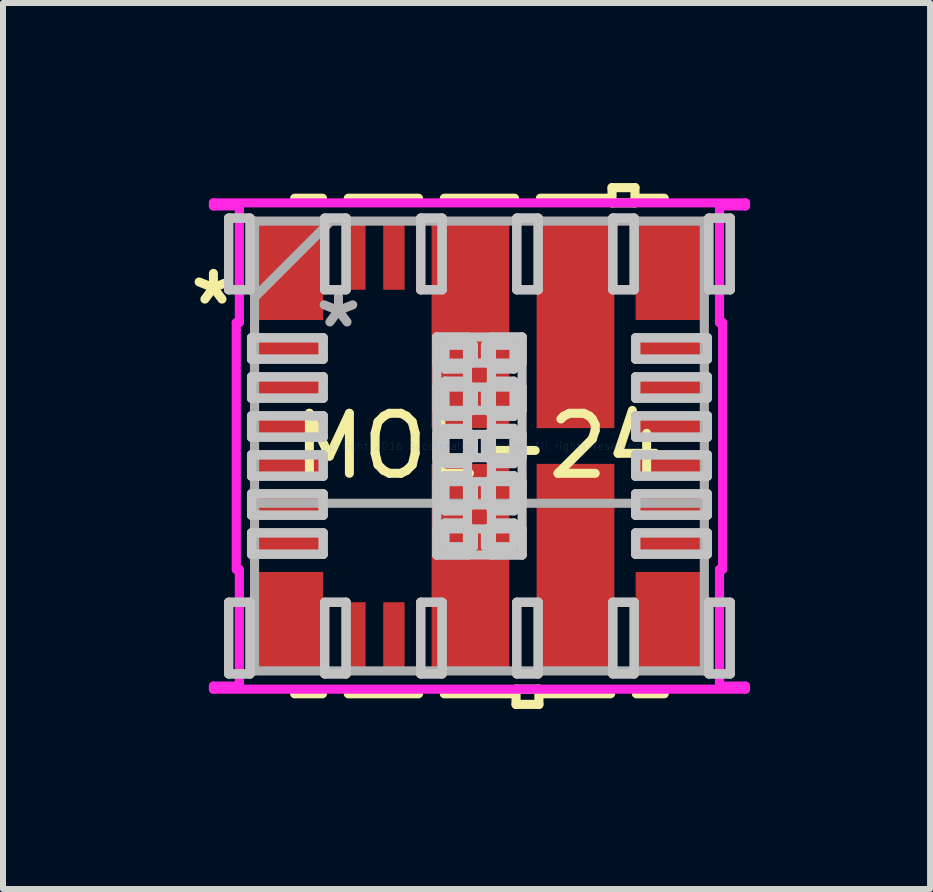
<source format=kicad_pcb>
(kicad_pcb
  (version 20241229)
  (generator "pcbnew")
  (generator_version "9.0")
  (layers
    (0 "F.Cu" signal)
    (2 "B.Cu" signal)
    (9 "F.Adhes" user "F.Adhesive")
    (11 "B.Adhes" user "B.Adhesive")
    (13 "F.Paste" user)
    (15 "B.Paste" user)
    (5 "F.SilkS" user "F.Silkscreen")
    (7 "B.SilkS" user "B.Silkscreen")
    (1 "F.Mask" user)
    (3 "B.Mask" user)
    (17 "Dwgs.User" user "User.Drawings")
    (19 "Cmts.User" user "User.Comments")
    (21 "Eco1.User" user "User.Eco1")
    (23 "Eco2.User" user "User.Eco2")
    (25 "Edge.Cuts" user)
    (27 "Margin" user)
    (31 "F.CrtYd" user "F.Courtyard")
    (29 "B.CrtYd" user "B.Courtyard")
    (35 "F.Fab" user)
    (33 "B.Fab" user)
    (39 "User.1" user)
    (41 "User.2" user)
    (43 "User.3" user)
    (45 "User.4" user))
  (footprint "MOL-24"
    (layer "F.Cu")
    (at 4.938 4.381)
    (property "Reference" "MOL-24" (at 0 0 0) (layer "F.SilkS") (effects (font (size 1 1) (thickness 0.15))))
    (attr through_hole)
    (fp_line (start -3.079 4.128) (end -2.615 4.128) (stroke (width 0.152) (type solid)) (layer "F.SilkS"))
    (fp_line (start -2.615 -4.128) (end -3.079 -4.128) (stroke (width 0.152) (type solid)) (layer "F.SilkS"))
    (fp_line (start -2.185 4.128) (end -1.015 4.128) (stroke (width 0.152) (type solid)) (layer "F.SilkS"))
    (fp_line (start -1.015 -4.128) (end -2.185 -4.128) (stroke (width 0.152) (type solid)) (layer "F.SilkS"))
    (fp_line (start -0.585 4.128) (end 0.585 4.128) (stroke (width 0.152) (type solid)) (layer "F.SilkS"))
    (fp_line (start 0.585 -4.128) (end -0.585 -4.128) (stroke (width 0.152) (type solid)) (layer "F.SilkS"))
    (fp_line (start 0.61 4.051) (end 0.61 4.305) (stroke (width 0.152) (type solid)) (layer "F.SilkS"))
    (fp_line (start 0.61 4.305) (end 0.991 4.305) (stroke (width 0.152) (type solid)) (layer "F.SilkS"))
    (fp_line (start 0.991 4.051) (end 0.61 4.051) (stroke (width 0.152) (type solid)) (layer "F.SilkS"))
    (fp_line (start 0.991 4.305) (end 0.991 4.051) (stroke (width 0.152) (type solid)) (layer "F.SilkS"))
    (fp_line (start 1.015 4.128) (end 2.185 4.128) (stroke (width 0.152) (type solid)) (layer "F.SilkS"))
    (fp_line (start 2.185 -4.128) (end 1.015 -4.128) (stroke (width 0.152) (type solid)) (layer "F.SilkS"))
    (fp_line (start 2.209 -4.305) (end 2.591 -4.305) (stroke (width 0.152) (type solid)) (layer "F.SilkS"))
    (fp_line (start 2.209 -4.051) (end 2.209 -4.305) (stroke (width 0.152) (type solid)) (layer "F.SilkS"))
    (fp_line (start 2.591 -4.305) (end 2.591 -4.051) (stroke (width 0.152) (type solid)) (layer "F.SilkS"))
    (fp_line (start 2.591 -4.051) (end 2.209 -4.051) (stroke (width 0.152) (type solid)) (layer "F.SilkS"))
    (fp_line (start 2.615 4.128) (end 3.079 4.128) (stroke (width 0.152) (type solid)) (layer "F.SilkS"))
    (fp_line (start 3.079 -4.128) (end 2.615 -4.128) (stroke (width 0.152) (type solid)) (layer "F.SilkS"))
    (fp_line (start -4.178 -3.797) (end -4.178 -2.603) (stroke (width 0.152) (type solid)) (layer "Dwgs.User"))
    (fp_line (start -4.178 -3.797) (end -4.178 -2.603) (stroke (width 0.152) (type solid)) (layer "Dwgs.User"))
    (fp_line (start -4.178 -2.603) (end -3.822 -2.603) (stroke (width 0.152) (type solid)) (layer "Dwgs.User"))
    (fp_line (start -4.178 -2.603) (end -3.822 -2.603) (stroke (width 0.152) (type solid)) (layer "Dwgs.User"))
    (fp_line (start -4.178 2.603) (end -4.178 3.797) (stroke (width 0.152) (type solid)) (layer "Dwgs.User"))
    (fp_line (start -4.178 2.603) (end -4.178 3.797) (stroke (width 0.152) (type solid)) (layer "Dwgs.User"))
    (fp_line (start -4.178 3.797) (end -3.822 3.797) (stroke (width 0.152) (type solid)) (layer "Dwgs.User"))
    (fp_line (start -4.178 3.797) (end -3.822 3.797) (stroke (width 0.152) (type solid)) (layer "Dwgs.User"))
    (fp_line (start -3.822 -3.797) (end -4.178 -3.797) (stroke (width 0.152) (type solid)) (layer "Dwgs.User"))
    (fp_line (start -3.822 -3.797) (end -4.178 -3.797) (stroke (width 0.152) (type solid)) (layer "Dwgs.User"))
    (fp_line (start -3.822 -2.603) (end -3.822 -3.797) (stroke (width 0.152) (type solid)) (layer "Dwgs.User"))
    (fp_line (start -3.822 -2.603) (end -3.822 -3.797) (stroke (width 0.152) (type solid)) (layer "Dwgs.User"))
    (fp_line (start -3.822 2.603) (end -4.178 2.603) (stroke (width 0.152) (type solid)) (layer "Dwgs.User"))
    (fp_line (start -3.822 2.603) (end -4.178 2.603) (stroke (width 0.152) (type solid)) (layer "Dwgs.User"))
    (fp_line (start -3.822 3.797) (end -3.822 2.603) (stroke (width 0.152) (type solid)) (layer "Dwgs.User"))
    (fp_line (start -3.822 3.797) (end -3.822 2.603) (stroke (width 0.152) (type solid)) (layer "Dwgs.User"))
    (fp_line (start -3.797 -1.803) (end -3.797 -1.447) (stroke (width 0.152) (type solid)) (layer "Dwgs.User"))
    (fp_line (start -3.797 -1.803) (end -3.797 -1.447) (stroke (width 0.152) (type solid)) (layer "Dwgs.User"))
    (fp_line (start -3.797 -1.447) (end -2.603 -1.447) (stroke (width 0.152) (type solid)) (layer "Dwgs.User"))
    (fp_line (start -3.797 -1.447) (end -2.603 -1.447) (stroke (width 0.152) (type solid)) (layer "Dwgs.User"))
    (fp_line (start -3.797 -1.153) (end -3.797 -0.797) (stroke (width 0.152) (type solid)) (layer "Dwgs.User"))
    (fp_line (start -3.797 -1.153) (end -3.797 -0.797) (stroke (width 0.152) (type solid)) (layer "Dwgs.User"))
    (fp_line (start -3.797 -0.797) (end -2.603 -0.797) (stroke (width 0.152) (type solid)) (layer "Dwgs.User"))
    (fp_line (start -3.797 -0.797) (end -2.603 -0.797) (stroke (width 0.152) (type solid)) (layer "Dwgs.User"))
    (fp_line (start -3.797 -0.503) (end -3.797 -0.147) (stroke (width 0.152) (type solid)) (layer "Dwgs.User"))
    (fp_line (start -3.797 -0.503) (end -3.797 -0.147) (stroke (width 0.152) (type solid)) (layer "Dwgs.User"))
    (fp_line (start -3.797 -0.147) (end -2.603 -0.147) (stroke (width 0.152) (type solid)) (layer "Dwgs.User"))
    (fp_line (start -3.797 -0.147) (end -2.603 -0.147) (stroke (width 0.152) (type solid)) (layer "Dwgs.User"))
    (fp_line (start -3.797 0.147) (end -3.797 0.503) (stroke (width 0.152) (type solid)) (layer "Dwgs.User"))
    (fp_line (start -3.797 0.147) (end -3.797 0.503) (stroke (width 0.152) (type solid)) (layer "Dwgs.User"))
    (fp_line (start -3.797 0.503) (end -2.603 0.503) (stroke (width 0.152) (type solid)) (layer "Dwgs.User"))
    (fp_line (start -3.797 0.503) (end -2.603 0.503) (stroke (width 0.152) (type solid)) (layer "Dwgs.User"))
    (fp_line (start -3.797 0.797) (end -3.797 1.153) (stroke (width 0.152) (type solid)) (layer "Dwgs.User"))
    (fp_line (start -3.797 0.797) (end -3.797 1.153) (stroke (width 0.152) (type solid)) (layer "Dwgs.User"))
    (fp_line (start -3.797 1.153) (end -2.603 1.153) (stroke (width 0.152) (type solid)) (layer "Dwgs.User"))
    (fp_line (start -3.797 1.153) (end -2.603 1.153) (stroke (width 0.152) (type solid)) (layer "Dwgs.User"))
    (fp_line (start -3.797 1.447) (end -3.797 1.803) (stroke (width 0.152) (type solid)) (layer "Dwgs.User"))
    (fp_line (start -3.797 1.447) (end -3.797 1.803) (stroke (width 0.152) (type solid)) (layer "Dwgs.User"))
    (fp_line (start -3.797 1.803) (end -2.603 1.803) (stroke (width 0.152) (type solid)) (layer "Dwgs.User"))
    (fp_line (start -3.797 1.803) (end -2.603 1.803) (stroke (width 0.152) (type solid)) (layer "Dwgs.User"))
    (fp_line (start -2.603 -1.803) (end -3.797 -1.803) (stroke (width 0.152) (type solid)) (layer "Dwgs.User"))
    (fp_line (start -2.603 -1.803) (end -3.797 -1.803) (stroke (width 0.152) (type solid)) (layer "Dwgs.User"))
    (fp_line (start -2.603 -1.447) (end -2.603 -1.803) (stroke (width 0.152) (type solid)) (layer "Dwgs.User"))
    (fp_line (start -2.603 -1.447) (end -2.603 -1.803) (stroke (width 0.152) (type solid)) (layer "Dwgs.User"))
    (fp_line (start -2.603 -1.153) (end -3.797 -1.153) (stroke (width 0.152) (type solid)) (layer "Dwgs.User"))
    (fp_line (start -2.603 -1.153) (end -3.797 -1.153) (stroke (width 0.152) (type solid)) (layer "Dwgs.User"))
    (fp_line (start -2.603 -0.797) (end -2.603 -1.153) (stroke (width 0.152) (type solid)) (layer "Dwgs.User"))
    (fp_line (start -2.603 -0.797) (end -2.603 -1.153) (stroke (width 0.152) (type solid)) (layer "Dwgs.User"))
    (fp_line (start -2.603 -0.503) (end -3.797 -0.503) (stroke (width 0.152) (type solid)) (layer "Dwgs.User"))
    (fp_line (start -2.603 -0.503) (end -3.797 -0.503) (stroke (width 0.152) (type solid)) (layer "Dwgs.User"))
    (fp_line (start -2.603 -0.147) (end -2.603 -0.503) (stroke (width 0.152) (type solid)) (layer "Dwgs.User"))
    (fp_line (start -2.603 -0.147) (end -2.603 -0.503) (stroke (width 0.152) (type solid)) (layer "Dwgs.User"))
    (fp_line (start -2.603 0.147) (end -3.797 0.147) (stroke (width 0.152) (type solid)) (layer "Dwgs.User"))
    (fp_line (start -2.603 0.147) (end -3.797 0.147) (stroke (width 0.152) (type solid)) (layer "Dwgs.User"))
    (fp_line (start -2.603 0.503) (end -2.603 0.147) (stroke (width 0.152) (type solid)) (layer "Dwgs.User"))
    (fp_line (start -2.603 0.503) (end -2.603 0.147) (stroke (width 0.152) (type solid)) (layer "Dwgs.User"))
    (fp_line (start -2.603 0.797) (end -3.797 0.797) (stroke (width 0.152) (type solid)) (layer "Dwgs.User"))
    (fp_line (start -2.603 0.797) (end -3.797 0.797) (stroke (width 0.152) (type solid)) (layer "Dwgs.User"))
    (fp_line (start -2.603 1.153) (end -2.603 0.797) (stroke (width 0.152) (type solid)) (layer "Dwgs.User"))
    (fp_line (start -2.603 1.153) (end -2.603 0.797) (stroke (width 0.152) (type solid)) (layer "Dwgs.User"))
    (fp_line (start -2.603 1.447) (end -3.797 1.447) (stroke (width 0.152) (type solid)) (layer "Dwgs.User"))
    (fp_line (start -2.603 1.447) (end -3.797 1.447) (stroke (width 0.152) (type solid)) (layer "Dwgs.User"))
    (fp_line (start -2.603 1.803) (end -2.603 1.447) (stroke (width 0.152) (type solid)) (layer "Dwgs.User"))
    (fp_line (start -2.603 1.803) (end -2.603 1.447) (stroke (width 0.152) (type solid)) (layer "Dwgs.User"))
    (fp_line (start -2.578 -3.797) (end -2.578 -2.603) (stroke (width 0.152) (type solid)) (layer "Dwgs.User"))
    (fp_line (start -2.578 -3.797) (end -2.578 -2.603) (stroke (width 0.152) (type solid)) (layer "Dwgs.User"))
    (fp_line (start -2.578 -2.603) (end -2.222 -2.603) (stroke (width 0.152) (type solid)) (layer "Dwgs.User"))
    (fp_line (start -2.578 -2.603) (end -2.222 -2.603) (stroke (width 0.152) (type solid)) (layer "Dwgs.User"))
    (fp_line (start -2.578 2.603) (end -2.578 3.797) (stroke (width 0.152) (type solid)) (layer "Dwgs.User"))
    (fp_line (start -2.578 2.603) (end -2.578 3.797) (stroke (width 0.152) (type solid)) (layer "Dwgs.User"))
    (fp_line (start -2.578 3.797) (end -2.222 3.797) (stroke (width 0.152) (type solid)) (layer "Dwgs.User"))
    (fp_line (start -2.578 3.797) (end -2.222 3.797) (stroke (width 0.152) (type solid)) (layer "Dwgs.User"))
    (fp_line (start -2.222 -3.797) (end -2.578 -3.797) (stroke (width 0.152) (type solid)) (layer "Dwgs.User"))
    (fp_line (start -2.222 -3.797) (end -2.578 -3.797) (stroke (width 0.152) (type solid)) (layer "Dwgs.User"))
    (fp_line (start -2.222 -2.603) (end -2.222 -3.797) (stroke (width 0.152) (type solid)) (layer "Dwgs.User"))
    (fp_line (start -2.222 -2.603) (end -2.222 -3.797) (stroke (width 0.152) (type solid)) (layer "Dwgs.User"))
    (fp_line (start -2.222 2.603) (end -2.578 2.603) (stroke (width 0.152) (type solid)) (layer "Dwgs.User"))
    (fp_line (start -2.222 2.603) (end -2.578 2.603) (stroke (width 0.152) (type solid)) (layer "Dwgs.User"))
    (fp_line (start -2.222 3.797) (end -2.222 2.603) (stroke (width 0.152) (type solid)) (layer "Dwgs.User"))
    (fp_line (start -2.222 3.797) (end -2.222 2.603) (stroke (width 0.152) (type solid)) (layer "Dwgs.User"))
    (fp_line (start -0.978 -3.797) (end -0.978 -2.603) (stroke (width 0.152) (type solid)) (layer "Dwgs.User"))
    (fp_line (start -0.978 -3.797) (end -0.978 -2.603) (stroke (width 0.152) (type solid)) (layer "Dwgs.User"))
    (fp_line (start -0.978 -2.603) (end -0.622 -2.603) (stroke (width 0.152) (type solid)) (layer "Dwgs.User"))
    (fp_line (start -0.978 -2.603) (end -0.622 -2.603) (stroke (width 0.152) (type solid)) (layer "Dwgs.User"))
    (fp_line (start -0.978 2.603) (end -0.978 3.797) (stroke (width 0.152) (type solid)) (layer "Dwgs.User"))
    (fp_line (start -0.978 2.603) (end -0.978 3.797) (stroke (width 0.152) (type solid)) (layer "Dwgs.User"))
    (fp_line (start -0.978 3.797) (end -0.622 3.797) (stroke (width 0.152) (type solid)) (layer "Dwgs.User"))
    (fp_line (start -0.978 3.797) (end -0.622 3.797) (stroke (width 0.152) (type solid)) (layer "Dwgs.User"))
    (fp_line (start -0.711 -1.816) (end -0.2 -1.816) (stroke (width 0.152) (type solid)) (layer "Dwgs.User"))
    (fp_line (start -0.711 -1.816) (end 0.711 -1.816) (stroke (width 0.152) (type solid)) (layer "Dwgs.User"))
    (fp_line (start -0.711 -1.381) (end -0.711 -1.816) (stroke (width 0.152) (type solid)) (layer "Dwgs.User"))
    (fp_line (start -0.711 -0.981) (end 0.711 -0.981) (stroke (width 0.152) (type solid)) (layer "Dwgs.User"))
    (fp_line (start -0.711 -0.594) (end -0.711 -0.981) (stroke (width 0.152) (type solid)) (layer "Dwgs.User"))
    (fp_line (start -0.711 -0.194) (end 0.711 -0.194) (stroke (width 0.152) (type solid)) (layer "Dwgs.User"))
    (fp_line (start -0.711 0.194) (end -0.711 -0.194) (stroke (width 0.152) (type solid)) (layer "Dwgs.User"))
    (fp_line (start -0.711 0.594) (end 0.711 0.594) (stroke (width 0.152) (type solid)) (layer "Dwgs.User"))
    (fp_line (start -0.711 0.981) (end -0.711 0.594) (stroke (width 0.152) (type solid)) (layer "Dwgs.User"))
    (fp_line (start -0.711 1.381) (end 0.711 1.381) (stroke (width 0.152) (type solid)) (layer "Dwgs.User"))
    (fp_line (start -0.711 1.816) (end -0.711 -1.816) (stroke (width 0.152) (type solid)) (layer "Dwgs.User"))
    (fp_line (start -0.711 1.816) (end -0.711 1.381) (stroke (width 0.152) (type solid)) (layer "Dwgs.User"))
    (fp_line (start -0.622 -3.797) (end -0.978 -3.797) (stroke (width 0.152) (type solid)) (layer "Dwgs.User"))
    (fp_line (start -0.622 -3.797) (end -0.978 -3.797) (stroke (width 0.152) (type solid)) (layer "Dwgs.User"))
    (fp_line (start -0.622 -2.603) (end -0.622 -3.797) (stroke (width 0.152) (type solid)) (layer "Dwgs.User"))
    (fp_line (start -0.622 -2.603) (end -0.622 -3.797) (stroke (width 0.152) (type solid)) (layer "Dwgs.User"))
    (fp_line (start -0.622 2.603) (end -0.978 2.603) (stroke (width 0.152) (type solid)) (layer "Dwgs.User"))
    (fp_line (start -0.622 2.603) (end -0.978 2.603) (stroke (width 0.152) (type solid)) (layer "Dwgs.User"))
    (fp_line (start -0.622 3.797) (end -0.622 2.603) (stroke (width 0.152) (type solid)) (layer "Dwgs.User"))
    (fp_line (start -0.622 3.797) (end -0.622 2.603) (stroke (width 0.152) (type solid)) (layer "Dwgs.User"))
    (fp_line (start -0.573 -1.678) (end -0.573 -1.281) (stroke (width 0.152) (type solid)) (layer "Dwgs.User"))
    (fp_line (start -0.573 -1.281) (end -0.241 -1.281) (stroke (width 0.152) (type solid)) (layer "Dwgs.User"))
    (fp_line (start -0.573 -1.081) (end -0.573 -0.494) (stroke (width 0.152) (type solid)) (layer "Dwgs.User"))
    (fp_line (start -0.573 -0.494) (end -0.241 -0.494) (stroke (width 0.152) (type solid)) (layer "Dwgs.User"))
    (fp_line (start -0.573 -0.294) (end -0.573 0.294) (stroke (width 0.152) (type solid)) (layer "Dwgs.User"))
    (fp_line (start -0.573 0.294) (end -0.241 0.294) (stroke (width 0.152) (type solid)) (layer "Dwgs.User"))
    (fp_line (start -0.573 0.494) (end -0.573 1.081) (stroke (width 0.152) (type solid)) (layer "Dwgs.User"))
    (fp_line (start -0.573 1.081) (end -0.241 1.081) (stroke (width 0.152) (type solid)) (layer "Dwgs.User"))
    (fp_line (start -0.573 1.281) (end -0.573 1.678) (stroke (width 0.152) (type solid)) (layer "Dwgs.User"))
    (fp_line (start -0.573 1.678) (end -0.1 1.678) (stroke (width 0.152) (type solid)) (layer "Dwgs.User"))
    (fp_line (start -0.241 -1.281) (end -0.241 -1.281) (stroke (width 0.152) (type solid)) (layer "Dwgs.User"))
    (fp_line (start -0.241 -1.281) (end -0.1 -1.423) (stroke (width 0.152) (type solid)) (layer "Dwgs.User"))
    (fp_line (start -0.241 -1.081) (end -0.573 -1.081) (stroke (width 0.152) (type solid)) (layer "Dwgs.User"))
    (fp_line (start -0.241 -1.081) (end -0.241 -1.081) (stroke (width 0.152) (type solid)) (layer "Dwgs.User"))
    (fp_line (start -0.241 -0.494) (end -0.241 -0.494) (stroke (width 0.152) (type solid)) (layer "Dwgs.User"))
    (fp_line (start -0.241 -0.494) (end -0.1 -0.635) (stroke (width 0.152) (type solid)) (layer "Dwgs.User"))
    (fp_line (start -0.241 -0.294) (end -0.573 -0.294) (stroke (width 0.152) (type solid)) (layer "Dwgs.User"))
    (fp_line (start -0.241 -0.294) (end -0.241 -0.294) (stroke (width 0.152) (type solid)) (layer "Dwgs.User"))
    (fp_line (start -0.241 0.294) (end -0.241 0.294) (stroke (width 0.152) (type solid)) (layer "Dwgs.User"))
    (fp_line (start -0.241 0.294) (end -0.1 0.152) (stroke (width 0.152) (type solid)) (layer "Dwgs.User"))
    (fp_line (start -0.241 0.494) (end -0.573 0.494) (stroke (width 0.152) (type solid)) (layer "Dwgs.User"))
    (fp_line (start -0.241 0.494) (end -0.241 0.494) (stroke (width 0.152) (type solid)) (layer "Dwgs.User"))
    (fp_line (start -0.241 1.081) (end -0.241 1.081) (stroke (width 0.152) (type solid)) (layer "Dwgs.User"))
    (fp_line (start -0.241 1.081) (end -0.1 0.94) (stroke (width 0.152) (type solid)) (layer "Dwgs.User"))
    (fp_line (start -0.241 1.281) (end -0.573 1.281) (stroke (width 0.152) (type solid)) (layer "Dwgs.User"))
    (fp_line (start -0.241 1.281) (end -0.241 1.281) (stroke (width 0.152) (type solid)) (layer "Dwgs.User"))
    (fp_line (start -0.2 -1.816) (end -0.2 1.816) (stroke (width 0.152) (type solid)) (layer "Dwgs.User"))
    (fp_line (start -0.2 1.816) (end -0.711 1.816) (stroke (width 0.152) (type solid)) (layer "Dwgs.User"))
    (fp_line (start -0.1 -1.678) (end -0.573 -1.678) (stroke (width 0.152) (type solid)) (layer "Dwgs.User"))
    (fp_line (start -0.1 -1.423) (end -0.1 -1.678) (stroke (width 0.152) (type solid)) (layer "Dwgs.User"))
    (fp_line (start -0.1 -1.423) (end -0.1 -1.423) (stroke (width 0.152) (type solid)) (layer "Dwgs.User"))
    (fp_line (start -0.1 -0.94) (end -0.241 -1.081) (stroke (width 0.152) (type solid)) (layer "Dwgs.User"))
    (fp_line (start -0.1 -0.94) (end -0.1 -0.94) (stroke (width 0.152) (type solid)) (layer "Dwgs.User"))
    (fp_line (start -0.1 -0.635) (end -0.1 -0.94) (stroke (width 0.152) (type solid)) (layer "Dwgs.User"))
    (fp_line (start -0.1 -0.635) (end -0.1 -0.635) (stroke (width 0.152) (type solid)) (layer "Dwgs.User"))
    (fp_line (start -0.1 -0.152) (end -0.241 -0.294) (stroke (width 0.152) (type solid)) (layer "Dwgs.User"))
    (fp_line (start -0.1 -0.152) (end -0.1 -0.152) (stroke (width 0.152) (type solid)) (layer "Dwgs.User"))
    (fp_line (start -0.1 0.152) (end -0.1 -0.152) (stroke (width 0.152) (type solid)) (layer "Dwgs.User"))
    (fp_line (start -0.1 0.152) (end -0.1 0.152) (stroke (width 0.152) (type solid)) (layer "Dwgs.User"))
    (fp_line (start -0.1 0.635) (end -0.241 0.494) (stroke (width 0.152) (type solid)) (layer "Dwgs.User"))
    (fp_line (start -0.1 0.635) (end -0.1 0.635) (stroke (width 0.152) (type solid)) (layer "Dwgs.User"))
    (fp_line (start -0.1 0.94) (end -0.1 0.635) (stroke (width 0.152) (type solid)) (layer "Dwgs.User"))
    (fp_line (start -0.1 0.94) (end -0.1 0.94) (stroke (width 0.152) (type solid)) (layer "Dwgs.User"))
    (fp_line (start -0.1 1.423) (end -0.241 1.281) (stroke (width 0.152) (type solid)) (layer "Dwgs.User"))
    (fp_line (start -0.1 1.423) (end -0.1 1.423) (stroke (width 0.152) (type solid)) (layer "Dwgs.User"))
    (fp_line (start -0.1 1.678) (end -0.1 1.423) (stroke (width 0.152) (type solid)) (layer "Dwgs.User"))
    (fp_line (start 0.1 -1.678) (end 0.1 -1.423) (stroke (width 0.152) (type solid)) (layer "Dwgs.User"))
    (fp_line (start 0.1 -1.423) (end 0.1 -1.423) (stroke (width 0.152) (type solid)) (layer "Dwgs.User"))
    (fp_line (start 0.1 -1.423) (end 0.241 -1.281) (stroke (width 0.152) (type solid)) (layer "Dwgs.User"))
    (fp_line (start 0.1 -0.94) (end 0.1 -0.94) (stroke (width 0.152) (type solid)) (layer "Dwgs.User"))
    (fp_line (start 0.1 -0.94) (end 0.1 -0.635) (stroke (width 0.152) (type solid)) (layer "Dwgs.User"))
    (fp_line (start 0.1 -0.635) (end 0.1 -0.635) (stroke (width 0.152) (type solid)) (layer "Dwgs.User"))
    (fp_line (start 0.1 -0.635) (end 0.241 -0.494) (stroke (width 0.152) (type solid)) (layer "Dwgs.User"))
    (fp_line (start 0.1 -0.152) (end 0.1 -0.152) (stroke (width 0.152) (type solid)) (layer "Dwgs.User"))
    (fp_line (start 0.1 -0.152) (end 0.1 0.152) (stroke (width 0.152) (type solid)) (layer "Dwgs.User"))
    (fp_line (start 0.1 0.152) (end 0.1 0.152) (stroke (width 0.152) (type solid)) (layer "Dwgs.User"))
    (fp_line (start 0.1 0.152) (end 0.241 0.294) (stroke (width 0.152) (type solid)) (layer "Dwgs.User"))
    (fp_line (start 0.1 0.635) (end 0.1 0.635) (stroke (width 0.152) (type solid)) (layer "Dwgs.User"))
    (fp_line (start 0.1 0.635) (end 0.1 0.94) (stroke (width 0.152) (type solid)) (layer "Dwgs.User"))
    (fp_line (start 0.1 0.94) (end 0.1 0.94) (stroke (width 0.152) (type solid)) (layer "Dwgs.User"))
    (fp_line (start 0.1 0.94) (end 0.241 1.081) (stroke (width 0.152) (type solid)) (layer "Dwgs.User"))
    (fp_line (start 0.1 1.423) (end 0.1 1.423) (stroke (width 0.152) (type solid)) (layer "Dwgs.User"))
    (fp_line (start 0.1 1.423) (end 0.1 1.678) (stroke (width 0.152) (type solid)) (layer "Dwgs.User"))
    (fp_line (start 0.1 1.678) (end 0.573 1.678) (stroke (width 0.152) (type solid)) (layer "Dwgs.User"))
    (fp_line (start 0.2 -1.816) (end 0.711 -1.816) (stroke (width 0.152) (type solid)) (layer "Dwgs.User"))
    (fp_line (start 0.2 1.816) (end 0.2 -1.816) (stroke (width 0.152) (type solid)) (layer "Dwgs.User"))
    (fp_line (start 0.241 -1.281) (end 0.241 -1.281) (stroke (width 0.152) (type solid)) (layer "Dwgs.User"))
    (fp_line (start 0.241 -1.281) (end 0.573 -1.281) (stroke (width 0.152) (type solid)) (layer "Dwgs.User"))
    (fp_line (start 0.241 -1.081) (end 0.1 -0.94) (stroke (width 0.152) (type solid)) (layer "Dwgs.User"))
    (fp_line (start 0.241 -1.081) (end 0.241 -1.081) (stroke (width 0.152) (type solid)) (layer "Dwgs.User"))
    (fp_line (start 0.241 -0.494) (end 0.241 -0.494) (stroke (width 0.152) (type solid)) (layer "Dwgs.User"))
    (fp_line (start 0.241 -0.494) (end 0.573 -0.494) (stroke (width 0.152) (type solid)) (layer "Dwgs.User"))
    (fp_line (start 0.241 -0.294) (end 0.1 -0.152) (stroke (width 0.152) (type solid)) (layer "Dwgs.User"))
    (fp_line (start 0.241 -0.294) (end 0.241 -0.294) (stroke (width 0.152) (type solid)) (layer "Dwgs.User"))
    (fp_line (start 0.241 0.294) (end 0.241 0.294) (stroke (width 0.152) (type solid)) (layer "Dwgs.User"))
    (fp_line (start 0.241 0.294) (end 0.573 0.294) (stroke (width 0.152) (type solid)) (layer "Dwgs.User"))
    (fp_line (start 0.241 0.494) (end 0.1 0.635) (stroke (width 0.152) (type solid)) (layer "Dwgs.User"))
    (fp_line (start 0.241 0.494) (end 0.241 0.494) (stroke (width 0.152) (type solid)) (layer "Dwgs.User"))
    (fp_line (start 0.241 1.081) (end 0.241 1.081) (stroke (width 0.152) (type solid)) (layer "Dwgs.User"))
    (fp_line (start 0.241 1.081) (end 0.573 1.081) (stroke (width 0.152) (type solid)) (layer "Dwgs.User"))
    (fp_line (start 0.241 1.281) (end 0.1 1.423) (stroke (width 0.152) (type solid)) (layer "Dwgs.User"))
    (fp_line (start 0.241 1.281) (end 0.241 1.281) (stroke (width 0.152) (type solid)) (layer "Dwgs.User"))
    (fp_line (start 0.573 -1.678) (end 0.1 -1.678) (stroke (width 0.152) (type solid)) (layer "Dwgs.User"))
    (fp_line (start 0.573 -1.281) (end 0.573 -1.678) (stroke (width 0.152) (type solid)) (layer "Dwgs.User"))
    (fp_line (start 0.573 -1.081) (end 0.241 -1.081) (stroke (width 0.152) (type solid)) (layer "Dwgs.User"))
    (fp_line (start 0.573 -0.494) (end 0.573 -1.081) (stroke (width 0.152) (type solid)) (layer "Dwgs.User"))
    (fp_line (start 0.573 -0.294) (end 0.241 -0.294) (stroke (width 0.152) (type solid)) (layer "Dwgs.User"))
    (fp_line (start 0.573 0.294) (end 0.573 -0.294) (stroke (width 0.152) (type solid)) (layer "Dwgs.User"))
    (fp_line (start 0.573 0.494) (end 0.241 0.494) (stroke (width 0.152) (type solid)) (layer "Dwgs.User"))
    (fp_line (start 0.573 1.081) (end 0.573 0.494) (stroke (width 0.152) (type solid)) (layer "Dwgs.User"))
    (fp_line (start 0.573 1.281) (end 0.241 1.281) (stroke (width 0.152) (type solid)) (layer "Dwgs.User"))
    (fp_line (start 0.573 1.678) (end 0.573 1.281) (stroke (width 0.152) (type solid)) (layer "Dwgs.User"))
    (fp_line (start 0.622 -3.797) (end 0.622 -2.603) (stroke (width 0.152) (type solid)) (layer "Dwgs.User"))
    (fp_line (start 0.622 -3.797) (end 0.622 -2.603) (stroke (width 0.152) (type solid)) (layer "Dwgs.User"))
    (fp_line (start 0.622 -2.603) (end 0.978 -2.603) (stroke (width 0.152) (type solid)) (layer "Dwgs.User"))
    (fp_line (start 0.622 -2.603) (end 0.978 -2.603) (stroke (width 0.152) (type solid)) (layer "Dwgs.User"))
    (fp_line (start 0.622 2.603) (end 0.622 3.797) (stroke (width 0.152) (type solid)) (layer "Dwgs.User"))
    (fp_line (start 0.622 2.603) (end 0.622 3.797) (stroke (width 0.152) (type solid)) (layer "Dwgs.User"))
    (fp_line (start 0.622 3.797) (end 0.978 3.797) (stroke (width 0.152) (type solid)) (layer "Dwgs.User"))
    (fp_line (start 0.622 3.797) (end 0.978 3.797) (stroke (width 0.152) (type solid)) (layer "Dwgs.User"))
    (fp_line (start 0.711 -1.816) (end 0.711 -1.381) (stroke (width 0.152) (type solid)) (layer "Dwgs.User"))
    (fp_line (start 0.711 -1.816) (end 0.711 1.816) (stroke (width 0.152) (type solid)) (layer "Dwgs.User"))
    (fp_line (start 0.711 -1.381) (end -0.711 -1.381) (stroke (width 0.152) (type solid)) (layer "Dwgs.User"))
    (fp_line (start 0.711 -0.981) (end 0.711 -0.594) (stroke (width 0.152) (type solid)) (layer "Dwgs.User"))
    (fp_line (start 0.711 -0.594) (end -0.711 -0.594) (stroke (width 0.152) (type solid)) (layer "Dwgs.User"))
    (fp_line (start 0.711 -0.194) (end 0.711 0.194) (stroke (width 0.152) (type solid)) (layer "Dwgs.User"))
    (fp_line (start 0.711 0.194) (end -0.711 0.194) (stroke (width 0.152) (type solid)) (layer "Dwgs.User"))
    (fp_line (start 0.711 0.594) (end 0.711 0.981) (stroke (width 0.152) (type solid)) (layer "Dwgs.User"))
    (fp_line (start 0.711 0.981) (end -0.711 0.981) (stroke (width 0.152) (type solid)) (layer "Dwgs.User"))
    (fp_line (start 0.711 1.381) (end 0.711 1.816) (stroke (width 0.152) (type solid)) (layer "Dwgs.User"))
    (fp_line (start 0.711 1.816) (end -0.711 1.816) (stroke (width 0.152) (type solid)) (layer "Dwgs.User"))
    (fp_line (start 0.711 1.816) (end 0.2 1.816) (stroke (width 0.152) (type solid)) (layer "Dwgs.User"))
    (fp_line (start 0.978 -3.797) (end 0.622 -3.797) (stroke (width 0.152) (type solid)) (layer "Dwgs.User"))
    (fp_line (start 0.978 -3.797) (end 0.622 -3.797) (stroke (width 0.152) (type solid)) (layer "Dwgs.User"))
    (fp_line (start 0.978 -2.603) (end 0.978 -3.797) (stroke (width 0.152) (type solid)) (layer "Dwgs.User"))
    (fp_line (start 0.978 -2.603) (end 0.978 -3.797) (stroke (width 0.152) (type solid)) (layer "Dwgs.User"))
    (fp_line (start 0.978 2.603) (end 0.622 2.603) (stroke (width 0.152) (type solid)) (layer "Dwgs.User"))
    (fp_line (start 0.978 2.603) (end 0.622 2.603) (stroke (width 0.152) (type solid)) (layer "Dwgs.User"))
    (fp_line (start 0.978 3.797) (end 0.978 2.603) (stroke (width 0.152) (type solid)) (layer "Dwgs.User"))
    (fp_line (start 0.978 3.797) (end 0.978 2.603) (stroke (width 0.152) (type solid)) (layer "Dwgs.User"))
    (fp_line (start 2.222 -3.797) (end 2.222 -2.603) (stroke (width 0.152) (type solid)) (layer "Dwgs.User"))
    (fp_line (start 2.222 -3.797) (end 2.222 -2.603) (stroke (width 0.152) (type solid)) (layer "Dwgs.User"))
    (fp_line (start 2.222 -2.603) (end 2.578 -2.603) (stroke (width 0.152) (type solid)) (layer "Dwgs.User"))
    (fp_line (start 2.222 -2.603) (end 2.578 -2.603) (stroke (width 0.152) (type solid)) (layer "Dwgs.User"))
    (fp_line (start 2.222 2.603) (end 2.222 3.797) (stroke (width 0.152) (type solid)) (layer "Dwgs.User"))
    (fp_line (start 2.222 2.603) (end 2.222 3.797) (stroke (width 0.152) (type solid)) (layer "Dwgs.User"))
    (fp_line (start 2.222 3.797) (end 2.578 3.797) (stroke (width 0.152) (type solid)) (layer "Dwgs.User"))
    (fp_line (start 2.222 3.797) (end 2.578 3.797) (stroke (width 0.152) (type solid)) (layer "Dwgs.User"))
    (fp_line (start 2.578 -3.797) (end 2.222 -3.797) (stroke (width 0.152) (type solid)) (layer "Dwgs.User"))
    (fp_line (start 2.578 -3.797) (end 2.222 -3.797) (stroke (width 0.152) (type solid)) (layer "Dwgs.User"))
    (fp_line (start 2.578 -2.603) (end 2.578 -3.797) (stroke (width 0.152) (type solid)) (layer "Dwgs.User"))
    (fp_line (start 2.578 -2.603) (end 2.578 -3.797) (stroke (width 0.152) (type solid)) (layer "Dwgs.User"))
    (fp_line (start 2.578 2.603) (end 2.222 2.603) (stroke (width 0.152) (type solid)) (layer "Dwgs.User"))
    (fp_line (start 2.578 2.603) (end 2.222 2.603) (stroke (width 0.152) (type solid)) (layer "Dwgs.User"))
    (fp_line (start 2.578 3.797) (end 2.578 2.603) (stroke (width 0.152) (type solid)) (layer "Dwgs.User"))
    (fp_line (start 2.578 3.797) (end 2.578 2.603) (stroke (width 0.152) (type solid)) (layer "Dwgs.User"))
    (fp_line (start 2.603 -1.803) (end 2.603 -1.447) (stroke (width 0.152) (type solid)) (layer "Dwgs.User"))
    (fp_line (start 2.603 -1.803) (end 2.603 -1.447) (stroke (width 0.152) (type solid)) (layer "Dwgs.User"))
    (fp_line (start 2.603 -1.447) (end 3.797 -1.447) (stroke (width 0.152) (type solid)) (layer "Dwgs.User"))
    (fp_line (start 2.603 -1.447) (end 3.797 -1.447) (stroke (width 0.152) (type solid)) (layer "Dwgs.User"))
    (fp_line (start 2.603 -1.153) (end 2.603 -0.797) (stroke (width 0.152) (type solid)) (layer "Dwgs.User"))
    (fp_line (start 2.603 -1.153) (end 2.603 -0.797) (stroke (width 0.152) (type solid)) (layer "Dwgs.User"))
    (fp_line (start 2.603 -0.797) (end 3.797 -0.797) (stroke (width 0.152) (type solid)) (layer "Dwgs.User"))
    (fp_line (start 2.603 -0.797) (end 3.797 -0.797) (stroke (width 0.152) (type solid)) (layer "Dwgs.User"))
    (fp_line (start 2.603 -0.503) (end 2.603 -0.147) (stroke (width 0.152) (type solid)) (layer "Dwgs.User"))
    (fp_line (start 2.603 -0.503) (end 2.603 -0.147) (stroke (width 0.152) (type solid)) (layer "Dwgs.User"))
    (fp_line (start 2.603 -0.147) (end 3.797 -0.147) (stroke (width 0.152) (type solid)) (layer "Dwgs.User"))
    (fp_line (start 2.603 -0.147) (end 3.797 -0.147) (stroke (width 0.152) (type solid)) (layer "Dwgs.User"))
    (fp_line (start 2.603 0.147) (end 2.603 0.503) (stroke (width 0.152) (type solid)) (layer "Dwgs.User"))
    (fp_line (start 2.603 0.147) (end 2.603 0.503) (stroke (width 0.152) (type solid)) (layer "Dwgs.User"))
    (fp_line (start 2.603 0.503) (end 3.797 0.503) (stroke (width 0.152) (type solid)) (layer "Dwgs.User"))
    (fp_line (start 2.603 0.503) (end 3.797 0.503) (stroke (width 0.152) (type solid)) (layer "Dwgs.User"))
    (fp_line (start 2.603 0.797) (end 2.603 1.153) (stroke (width 0.152) (type solid)) (layer "Dwgs.User"))
    (fp_line (start 2.603 0.797) (end 2.603 1.153) (stroke (width 0.152) (type solid)) (layer "Dwgs.User"))
    (fp_line (start 2.603 1.153) (end 3.797 1.153) (stroke (width 0.152) (type solid)) (layer "Dwgs.User"))
    (fp_line (start 2.603 1.153) (end 3.797 1.153) (stroke (width 0.152) (type solid)) (layer "Dwgs.User"))
    (fp_line (start 2.603 1.447) (end 2.603 1.803) (stroke (width 0.152) (type solid)) (layer "Dwgs.User"))
    (fp_line (start 2.603 1.447) (end 2.603 1.803) (stroke (width 0.152) (type solid)) (layer "Dwgs.User"))
    (fp_line (start 2.603 1.803) (end 3.797 1.803) (stroke (width 0.152) (type solid)) (layer "Dwgs.User"))
    (fp_line (start 2.603 1.803) (end 3.797 1.803) (stroke (width 0.152) (type solid)) (layer "Dwgs.User"))
    (fp_line (start 3.797 -1.803) (end 2.603 -1.803) (stroke (width 0.152) (type solid)) (layer "Dwgs.User"))
    (fp_line (start 3.797 -1.803) (end 2.603 -1.803) (stroke (width 0.152) (type solid)) (layer "Dwgs.User"))
    (fp_line (start 3.797 -1.447) (end 3.797 -1.803) (stroke (width 0.152) (type solid)) (layer "Dwgs.User"))
    (fp_line (start 3.797 -1.447) (end 3.797 -1.803) (stroke (width 0.152) (type solid)) (layer "Dwgs.User"))
    (fp_line (start 3.797 -1.153) (end 2.603 -1.153) (stroke (width 0.152) (type solid)) (layer "Dwgs.User"))
    (fp_line (start 3.797 -1.153) (end 2.603 -1.153) (stroke (width 0.152) (type solid)) (layer "Dwgs.User"))
    (fp_line (start 3.797 -0.797) (end 3.797 -1.153) (stroke (width 0.152) (type solid)) (layer "Dwgs.User"))
    (fp_line (start 3.797 -0.797) (end 3.797 -1.153) (stroke (width 0.152) (type solid)) (layer "Dwgs.User"))
    (fp_line (start 3.797 -0.503) (end 2.603 -0.503) (stroke (width 0.152) (type solid)) (layer "Dwgs.User"))
    (fp_line (start 3.797 -0.503) (end 2.603 -0.503) (stroke (width 0.152) (type solid)) (layer "Dwgs.User"))
    (fp_line (start 3.797 -0.147) (end 3.797 -0.503) (stroke (width 0.152) (type solid)) (layer "Dwgs.User"))
    (fp_line (start 3.797 -0.147) (end 3.797 -0.503) (stroke (width 0.152) (type solid)) (layer "Dwgs.User"))
    (fp_line (start 3.797 0.147) (end 2.603 0.147) (stroke (width 0.152) (type solid)) (layer "Dwgs.User"))
    (fp_line (start 3.797 0.147) (end 2.603 0.147) (stroke (width 0.152) (type solid)) (layer "Dwgs.User"))
    (fp_line (start 3.797 0.503) (end 3.797 0.147) (stroke (width 0.152) (type solid)) (layer "Dwgs.User"))
    (fp_line (start 3.797 0.503) (end 3.797 0.147) (stroke (width 0.152) (type solid)) (layer "Dwgs.User"))
    (fp_line (start 3.797 0.797) (end 2.603 0.797) (stroke (width 0.152) (type solid)) (layer "Dwgs.User"))
    (fp_line (start 3.797 0.797) (end 2.603 0.797) (stroke (width 0.152) (type solid)) (layer "Dwgs.User"))
    (fp_line (start 3.797 1.153) (end 3.797 0.797) (stroke (width 0.152) (type solid)) (layer "Dwgs.User"))
    (fp_line (start 3.797 1.153) (end 3.797 0.797) (stroke (width 0.152) (type solid)) (layer "Dwgs.User"))
    (fp_line (start 3.797 1.447) (end 2.603 1.447) (stroke (width 0.152) (type solid)) (layer "Dwgs.User"))
    (fp_line (start 3.797 1.447) (end 2.603 1.447) (stroke (width 0.152) (type solid)) (layer "Dwgs.User"))
    (fp_line (start 3.797 1.803) (end 3.797 1.447) (stroke (width 0.152) (type solid)) (layer "Dwgs.User"))
    (fp_line (start 3.797 1.803) (end 3.797 1.447) (stroke (width 0.152) (type solid)) (layer "Dwgs.User"))
    (fp_line (start 3.822 -3.797) (end 3.822 -2.603) (stroke (width 0.152) (type solid)) (layer "Dwgs.User"))
    (fp_line (start 3.822 -3.797) (end 3.822 -2.603) (stroke (width 0.152) (type solid)) (layer "Dwgs.User"))
    (fp_line (start 3.822 -2.603) (end 4.178 -2.603) (stroke (width 0.152) (type solid)) (layer "Dwgs.User"))
    (fp_line (start 3.822 -2.603) (end 4.178 -2.603) (stroke (width 0.152) (type solid)) (layer "Dwgs.User"))
    (fp_line (start 3.822 2.603) (end 3.822 3.797) (stroke (width 0.152) (type solid)) (layer "Dwgs.User"))
    (fp_line (start 3.822 2.603) (end 3.822 3.797) (stroke (width 0.152) (type solid)) (layer "Dwgs.User"))
    (fp_line (start 3.822 3.797) (end 4.178 3.797) (stroke (width 0.152) (type solid)) (layer "Dwgs.User"))
    (fp_line (start 3.822 3.797) (end 4.178 3.797) (stroke (width 0.152) (type solid)) (layer "Dwgs.User"))
    (fp_line (start 4.178 -3.797) (end 3.822 -3.797) (stroke (width 0.152) (type solid)) (layer "Dwgs.User"))
    (fp_line (start 4.178 -3.797) (end 3.822 -3.797) (stroke (width 0.152) (type solid)) (layer "Dwgs.User"))
    (fp_line (start 4.178 -2.603) (end 4.178 -3.797) (stroke (width 0.152) (type solid)) (layer "Dwgs.User"))
    (fp_line (start 4.178 -2.603) (end 4.178 -3.797) (stroke (width 0.152) (type solid)) (layer "Dwgs.User"))
    (fp_line (start 4.178 2.603) (end 3.822 2.603) (stroke (width 0.152) (type solid)) (layer "Dwgs.User"))
    (fp_line (start 4.178 2.603) (end 3.822 2.603) (stroke (width 0.152) (type solid)) (layer "Dwgs.User"))
    (fp_line (start 4.178 3.797) (end 4.178 2.603) (stroke (width 0.152) (type solid)) (layer "Dwgs.User"))
    (fp_line (start 4.178 3.797) (end 4.178 2.603) (stroke (width 0.152) (type solid)) (layer "Dwgs.User"))
    (fp_circle (center -3.41 -3.4) (end -3.308 -3.4) (stroke (width 0.152) (type solid)) (fill no) (layer "Eco1.User"))
    (fp_circle (center -3.41 -3.4) (end -3.308 -3.4) (stroke (width 0.152) (type solid)) (fill no) (layer "Eco1.User"))
    (fp_circle (center -3.41 -2.7) (end -3.308 -2.7) (stroke (width 0.152) (type solid)) (fill no) (layer "Eco1.User"))
    (fp_circle (center -3.41 -2.7) (end -3.308 -2.7) (stroke (width 0.152) (type solid)) (fill no) (layer "Eco1.User"))
    (fp_circle (center -3.41 2.7) (end -3.308 2.7) (stroke (width 0.152) (type solid)) (fill no) (layer "Eco1.User"))
    (fp_circle (center -3.41 2.7) (end -3.308 2.7) (stroke (width 0.152) (type solid)) (fill no) (layer "Eco1.User"))
    (fp_circle (center -3.41 3.4) (end -3.308 3.4) (stroke (width 0.152) (type solid)) (fill no) (layer "Eco1.User"))
    (fp_circle (center -3.41 3.4) (end -3.308 3.4) (stroke (width 0.152) (type solid)) (fill no) (layer "Eco1.User"))
    (fp_circle (center -0.55 0.0001) (end -0.448 0.0001) (stroke (width 0.152) (type solid)) (fill no) (layer "Eco1.User"))
    (fp_circle (center -0.55 0.0001) (end -0.448 0.0001) (stroke (width 0.152) (type solid)) (fill no) (layer "Eco1.User"))
    (fp_circle (center -0.15 -3.05) (end -0.048 -3.05) (stroke (width 0.152) (type solid)) (fill no) (layer "Eco1.User"))
    (fp_circle (center -0.15 -2.05) (end -0.048 -2.05) (stroke (width 0.152) (type solid)) (fill no) (layer "Eco1.User"))
    (fp_circle (center -0.15 -1.05) (end -0.048 -1.05) (stroke (width 0.152) (type solid)) (fill no) (layer "Eco1.User"))
    (fp_circle (center -0.15 1.05) (end -0.048 1.05) (stroke (width 0.152) (type solid)) (fill no) (layer "Eco1.User"))
    (fp_circle (center -0.15 2.05) (end -0.048 2.05) (stroke (width 0.152) (type solid)) (fill no) (layer "Eco1.User"))
    (fp_circle (center -0.15 3.05) (end -0.048 3.05) (stroke (width 0.152) (type solid)) (fill no) (layer "Eco1.User"))
    (fp_circle (center 0.25 0.0001) (end 0.352 0.0001) (stroke (width 0.152) (type solid)) (fill no) (layer "Eco1.User"))
    (fp_circle (center 0.25 0.0001) (end 0.352 0.0001) (stroke (width 0.152) (type solid)) (fill no) (layer "Eco1.User"))
    (fp_circle (center 1.2 0.0001) (end 1.302 0.0001) (stroke (width 0.152) (type solid)) (fill no) (layer "Eco1.User"))
    (fp_circle (center 1.2 0.0001) (end 1.302 0.0001) (stroke (width 0.152) (type solid)) (fill no) (layer "Eco1.User"))
    (fp_circle (center 1.6 -3.05) (end 1.702 -3.05) (stroke (width 0.152) (type solid)) (fill no) (layer "Eco1.User"))
    (fp_circle (center 1.6 -2.05) (end 1.702 -2.05) (stroke (width 0.152) (type solid)) (fill no) (layer "Eco1.User"))
    (fp_circle (center 1.6 -1.05) (end 1.702 -1.05) (stroke (width 0.152) (type solid)) (fill no) (layer "Eco1.User"))
    (fp_circle (center 1.6 1.05) (end 1.702 1.05) (stroke (width 0.152) (type solid)) (fill no) (layer "Eco1.User"))
    (fp_circle (center 1.6 1.05) (end 1.702 1.05) (stroke (width 0.152) (type solid)) (fill no) (layer "Eco1.User"))
    (fp_circle (center 1.6 2.05) (end 1.702 2.05) (stroke (width 0.152) (type solid)) (fill no) (layer "Eco1.User"))
    (fp_circle (center 1.6 3.05) (end 1.702 3.05) (stroke (width 0.152) (type solid)) (fill no) (layer "Eco1.User"))
    (fp_circle (center 2 0.0001) (end 2.102 0.0001) (stroke (width 0.152) (type solid)) (fill no) (layer "Eco1.User"))
    (fp_circle (center 2 0.0001) (end 2.102 0.0001) (stroke (width 0.152) (type solid)) (fill no) (layer "Eco1.User"))
    (fp_circle (center 2.5 -3.4) (end 2.602 -3.4) (stroke (width 0.152) (type solid)) (fill no) (layer "Eco1.User"))
    (fp_circle (center 2.5 -3.4) (end 2.602 -3.4) (stroke (width 0.152) (type solid)) (fill no) (layer "Eco1.User"))
    (fp_circle (center 2.5 -2.7) (end 2.602 -2.7) (stroke (width 0.152) (type solid)) (fill no) (layer "Eco1.User"))
    (fp_circle (center 2.5 -2.7) (end 2.602 -2.7) (stroke (width 0.152) (type solid)) (fill no) (layer "Eco1.User"))
    (fp_circle (center 2.5 -2) (end 2.602 -2) (stroke (width 0.152) (type solid)) (fill no) (layer "Eco1.User"))
    (fp_circle (center 2.5 -2) (end 2.602 -2) (stroke (width 0.152) (type solid)) (fill no) (layer "Eco1.User"))
    (fp_circle (center 2.5 -1.3) (end 2.602 -1.3) (stroke (width 0.152) (type solid)) (fill no) (layer "Eco1.User"))
    (fp_circle (center 2.5 -1.3) (end 2.602 -1.3) (stroke (width 0.152) (type solid)) (fill no) (layer "Eco1.User"))
    (fp_circle (center 2.5 1.3) (end 2.602 1.3) (stroke (width 0.152) (type solid)) (fill no) (layer "Eco1.User"))
    (fp_circle (center 2.5 1.3) (end 2.602 1.3) (stroke (width 0.152) (type solid)) (fill no) (layer "Eco1.User"))
    (fp_circle (center 2.5 2) (end 2.602 2) (stroke (width 0.152) (type solid)) (fill no) (layer "Eco1.User"))
    (fp_circle (center 2.5 2) (end 2.602 2) (stroke (width 0.152) (type solid)) (fill no) (layer "Eco1.User"))
    (fp_circle (center 2.5 2.7) (end 2.602 2.7) (stroke (width 0.152) (type solid)) (fill no) (layer "Eco1.User"))
    (fp_circle (center 2.5 2.7) (end 2.602 2.7) (stroke (width 0.152) (type solid)) (fill no) (layer "Eco1.User"))
    (fp_circle (center 2.5 3.4) (end 2.602 3.4) (stroke (width 0.152) (type solid)) (fill no) (layer "Eco1.User"))
    (fp_circle (center 2.5 3.4) (end 2.602 3.4) (stroke (width 0.152) (type solid)) (fill no) (layer "Eco1.User"))
    (fp_circle (center 3.41 -3.4) (end 3.512 -3.4) (stroke (width 0.152) (type solid)) (fill no) (layer "Eco1.User"))
    (fp_circle (center 3.41 -3.4) (end 3.512 -3.4) (stroke (width 0.152) (type solid)) (fill no) (layer "Eco1.User"))
    (fp_circle (center 3.41 -2.7) (end 3.512 -2.7) (stroke (width 0.152) (type solid)) (fill no) (layer "Eco1.User"))
    (fp_circle (center 3.41 -2.7) (end 3.512 -2.7) (stroke (width 0.152) (type solid)) (fill no) (layer "Eco1.User"))
    (fp_circle (center 3.41 -2) (end 3.512 -2) (stroke (width 0.152) (type solid)) (fill no) (layer "Eco1.User"))
    (fp_circle (center 3.41 -2) (end 3.512 -2) (stroke (width 0.152) (type solid)) (fill no) (layer "Eco1.User"))
    (fp_circle (center 3.41 -1.3) (end 3.512 -1.3) (stroke (width 0.152) (type solid)) (fill no) (layer "Eco1.User"))
    (fp_circle (center 3.41 -1.3) (end 3.512 -1.3) (stroke (width 0.152) (type solid)) (fill no) (layer "Eco1.User"))
    (fp_circle (center 3.41 1.3) (end 3.512 1.3) (stroke (width 0.152) (type solid)) (fill no) (layer "Eco1.User"))
    (fp_circle (center 3.41 1.3) (end 3.512 1.3) (stroke (width 0.152) (type solid)) (fill no) (layer "Eco1.User"))
    (fp_circle (center 3.41 2) (end 3.512 2) (stroke (width 0.152) (type solid)) (fill no) (layer "Eco1.User"))
    (fp_circle (center 3.41 2) (end 3.512 2) (stroke (width 0.152) (type solid)) (fill no) (layer "Eco1.User"))
    (fp_circle (center 3.41 2.7) (end 3.512 2.7) (stroke (width 0.152) (type solid)) (fill no) (layer "Eco1.User"))
    (fp_circle (center 3.41 2.7) (end 3.512 2.7) (stroke (width 0.152) (type solid)) (fill no) (layer "Eco1.User"))
    (fp_circle (center 3.41 3.4) (end 3.512 3.4) (stroke (width 0.152) (type solid)) (fill no) (layer "Eco1.User"))
    (fp_circle (center 3.41 3.4) (end 3.512 3.4) (stroke (width 0.152) (type solid)) (fill no) (layer "Eco1.User"))
    (fp_line (start -4.432 -4.051) (end 4.432 -4.051) (stroke (width 0.152) (type solid)) (layer "F.CrtYd"))
    (fp_line (start -4.432 -4) (end -4.432 -4.051) (stroke (width 0.152) (type solid)) (layer "F.CrtYd"))
    (fp_line (start -4.432 4) (end -4 4) (stroke (width 0.152) (type solid)) (layer "F.CrtYd"))
    (fp_line (start -4.432 4.051) (end -4.432 4) (stroke (width 0.152) (type solid)) (layer "F.CrtYd"))
    (fp_line (start -4.051 -2.057) (end -4 -2.057) (stroke (width 0.152) (type solid)) (layer "F.CrtYd"))
    (fp_line (start -4.051 2.057) (end -4.051 -2.057) (stroke (width 0.152) (type solid)) (layer "F.CrtYd"))
    (fp_line (start -4 -4) (end -4.432 -4) (stroke (width 0.152) (type solid)) (layer "F.CrtYd"))
    (fp_line (start -4 -2.057) (end -4 -4) (stroke (width 0.152) (type solid)) (layer "F.CrtYd"))
    (fp_line (start -4 2.057) (end -4.051 2.057) (stroke (width 0.152) (type solid)) (layer "F.CrtYd"))
    (fp_line (start -4 4) (end -4 2.057) (stroke (width 0.152) (type solid)) (layer "F.CrtYd"))
    (fp_line (start 4 -4) (end 4 -2.057) (stroke (width 0.152) (type solid)) (layer "F.CrtYd"))
    (fp_line (start 4 -2.057) (end 4.051 -2.057) (stroke (width 0.152) (type solid)) (layer "F.CrtYd"))
    (fp_line (start 4 2.057) (end 4 4) (stroke (width 0.152) (type solid)) (layer "F.CrtYd"))
    (fp_line (start 4 4) (end 4.432 4) (stroke (width 0.152) (type solid)) (layer "F.CrtYd"))
    (fp_line (start 4.051 -2.057) (end 4.051 2.057) (stroke (width 0.152) (type solid)) (layer "F.CrtYd"))
    (fp_line (start 4.051 2.057) (end 4 2.057) (stroke (width 0.152) (type solid)) (layer "F.CrtYd"))
    (fp_line (start 4.432 -4.051) (end 4.432 -4) (stroke (width 0.152) (type solid)) (layer "F.CrtYd"))
    (fp_line (start 4.432 -4) (end 4 -4) (stroke (width 0.152) (type solid)) (layer "F.CrtYd"))
    (fp_line (start 4.432 4) (end 4.432 4.051) (stroke (width 0.152) (type solid)) (layer "F.CrtYd"))
    (fp_line (start 4.432 4.051) (end -4.432 4.051) (stroke (width 0.152) (type solid)) (layer "F.CrtYd"))
    (fp_line (start -3.747 -3.747) (end -3.747 3.747) (stroke (width 0.152) (type solid)) (layer "F.Fab"))
    (fp_line (start -3.747 -2.477) (end -2.477 -3.747) (stroke (width 0.152) (type solid)) (layer "F.Fab"))
    (fp_line (start -3.747 3.747) (end 3.747 3.747) (stroke (width 0.152) (type solid)) (layer "F.Fab"))
    (fp_line (start 3.747 -3.747) (end -3.747 -3.747) (stroke (width 0.152) (type solid)) (layer "F.Fab"))
    (fp_line (start 3.747 0.954) (end -3.747 0.954) (stroke (width 0.152) (type solid)) (layer "F.Fab"))
    (fp_line (start 3.747 3.747) (end 3.747 -3.747) (stroke (width 0.152) (type solid)) (layer "F.Fab"))
    (fp_text user "*" (at -4.432 -2.331 0) (layer "F.SilkS") (effects (font (size 1 1) (thickness 0.15))))
    (fp_text user "Copyright 2016 Accelerated Designs. All rights reserved." (at 0 0 0) (layer "Cmts.User") (effects (font (size 0.127 0.127) (thickness 0.002))))
    (fp_text user "*" (at -2.349 -1.95 0) (layer "F.Fab") (effects (font (size 1 1) (thickness 0.15))))
    (pad "1" smd rect (at -3.2 -2.95) (size 1.194 1.702) (layers "F.Cu" "F.Mask" "F.Paste"))
    (pad "2" smd rect (at -3.2 -1.625 90) (size 0.356 1.194) (layers "F.Cu" "F.Mask" "F.Paste"))
    (pad "3" smd rect (at -3.2 -0.975 90) (size 0.356 1.194) (layers "F.Cu" "F.Mask" "F.Paste"))
    (pad "4" smd rect (at -3.2 -0.325 90) (size 0.356 1.194) (layers "F.Cu" "F.Mask" "F.Paste"))
    (pad "5" smd rect (at -3.2 0.325 90) (size 0.356 1.194) (layers "F.Cu" "F.Mask" "F.Paste"))
    (pad "6" smd rect (at -3.2 0.975 90) (size 0.356 1.194) (layers "F.Cu" "F.Mask" "F.Paste"))
    (pad "7" smd rect (at -3.2 1.625 90) (size 0.356 1.194) (layers "F.Cu" "F.Mask" "F.Paste"))
    (pad "8" smd rect (at -3.2 2.95) (size 1.194 1.702) (layers "F.Cu" "F.Mask" "F.Paste"))
    (pad "9" smd rect (at -2.075 3.2) (size 0.356 1.194) (layers "F.Cu" "F.Mask" "F.Paste"))
    (pad "10" smd rect (at -1.425 3.2) (size 0.356 1.194) (layers "F.Cu" "F.Mask" "F.Paste"))
    (pad "11" smd rect (at -0.15 2.05) (size 1.295 3.505) (layers "F.Cu" "F.Mask" "F.Paste"))
    (pad "12" smd rect (at 1.6 2.05) (size 1.295 3.505) (layers "F.Cu" "F.Mask" "F.Paste"))
    (pad "13" smd rect (at 3.2 2.95) (size 1.194 1.702) (layers "F.Cu" "F.Mask" "F.Paste"))
    (pad "14" smd rect (at 3.2 1.625 90) (size 0.356 1.194) (layers "F.Cu" "F.Mask" "F.Paste"))
    (pad "15" smd rect (at 3.2 0.975 90) (size 0.356 1.194) (layers "F.Cu" "F.Mask" "F.Paste"))
    (pad "16" smd rect (at 3.2 0.325 90) (size 0.356 1.194) (layers "F.Cu" "F.Mask" "F.Paste"))
    (pad "17" smd rect (at 3.2 -0.325 90) (size 0.356 1.194) (layers "F.Cu" "F.Mask" "F.Paste"))
    (pad "18" smd rect (at 3.2 -0.975 90) (size 0.356 1.194) (layers "F.Cu" "F.Mask" "F.Paste"))
    (pad "19" smd rect (at 3.2 -1.625 90) (size 0.356 1.194) (layers "F.Cu" "F.Mask" "F.Paste"))
    (pad "20" smd rect (at 3.2 -2.95) (size 1.194 1.702) (layers "F.Cu" "F.Mask" "F.Paste"))
    (pad "21" smd rect (at 1.6 -2.05) (size 1.295 3.505) (layers "F.Cu" "F.Mask" "F.Paste"))
    (pad "22" smd rect (at -0.15 -2.05) (size 1.295 3.505) (layers "F.Cu" "F.Mask" "F.Paste"))
    (pad "23" smd rect (at -1.425 -3.2) (size 0.356 1.194) (layers "F.Cu" "F.Mask" "F.Paste"))
    (pad "24" smd rect (at -2.075 -3.2) (size 0.356 1.194) (layers "F.Cu" "F.Mask" "F.Paste")))
  (gr_rect
    (start -3 -3)
    (end 12.446 11.762)
    (stroke (width 0.1) (type default))
    (fill no)
    (layer "Edge.Cuts")))
</source>
